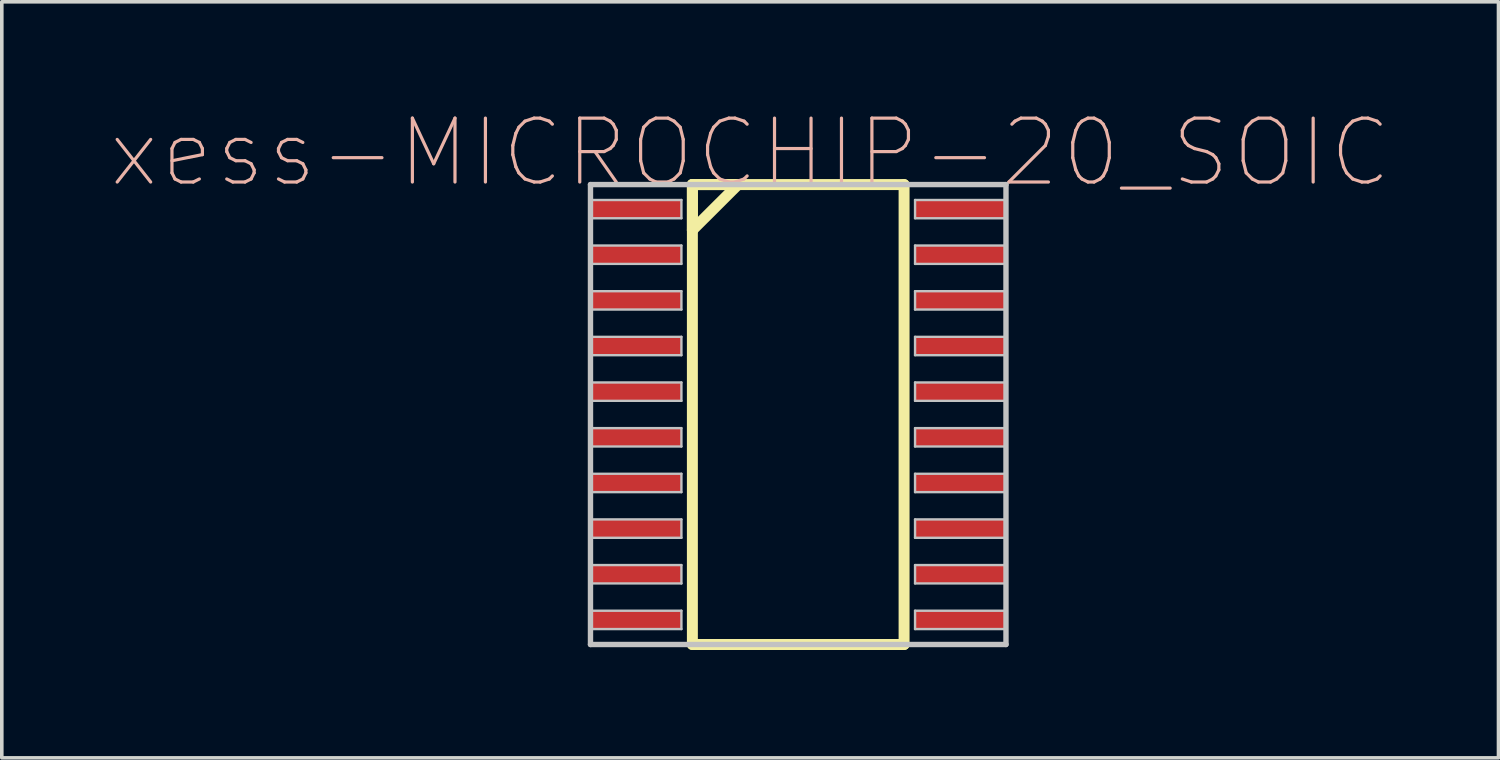
<source format=kicad_pcb>
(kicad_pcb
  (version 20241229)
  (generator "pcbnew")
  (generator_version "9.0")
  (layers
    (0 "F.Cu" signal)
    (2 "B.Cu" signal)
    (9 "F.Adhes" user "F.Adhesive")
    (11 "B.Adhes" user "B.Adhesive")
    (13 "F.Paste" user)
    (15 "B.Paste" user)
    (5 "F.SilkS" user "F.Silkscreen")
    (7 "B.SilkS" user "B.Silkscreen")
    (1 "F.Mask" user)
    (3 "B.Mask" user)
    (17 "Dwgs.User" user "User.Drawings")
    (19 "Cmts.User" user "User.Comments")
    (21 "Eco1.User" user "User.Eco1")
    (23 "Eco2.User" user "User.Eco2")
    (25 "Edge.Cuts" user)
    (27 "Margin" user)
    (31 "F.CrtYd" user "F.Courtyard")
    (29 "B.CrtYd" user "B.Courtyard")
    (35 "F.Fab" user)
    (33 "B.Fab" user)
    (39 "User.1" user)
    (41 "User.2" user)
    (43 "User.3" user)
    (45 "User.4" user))
  (footprint "xess-MICROCHIP-20_SOIC"
    (layer "F.Cu")
    (at 14.643 2.768)
    (property "Reference" "xess-MICROCHIP-20_SOIC" (at 3.178 -1.572 0) (layer "B.SilkS") (effects (font (size 1.778 1.778) (thickness 0.089))))
    (attr smd)
    (fp_line (start 1.57 -0.683) (end 1.57 0.584) (stroke (width 0.305) (type solid)) (layer "F.SilkS"))
    (fp_line (start 1.57 -0.683) (end 1.57 12.113) (stroke (width 0.305) (type solid)) (layer "F.SilkS"))
    (fp_line (start 1.57 0.584) (end 2.84 -0.683) (stroke (width 0.305) (type solid)) (layer "F.SilkS"))
    (fp_line (start 1.57 12.113) (end 7.46 12.113) (stroke (width 0.305) (type solid)) (layer "F.SilkS"))
    (fp_line (start 2.84 -0.683) (end 1.57 -0.683) (stroke (width 0.305) (type solid)) (layer "F.SilkS"))
    (fp_line (start 7.46 -0.683) (end 1.57 -0.683) (stroke (width 0.305) (type solid)) (layer "F.SilkS"))
    (fp_line (start 7.46 12.113) (end 7.46 -0.683) (stroke (width 0.305) (type solid)) (layer "F.SilkS"))
    (fp_line (start -1.265 -0.683) (end -1.265 12.113) (stroke (width 0.15) (type solid)) (layer "Dwgs.User"))
    (fp_line (start -1.265 -0.254) (end 1.265 -0.254) (stroke (width 0.066) (type solid)) (layer "Dwgs.User"))
    (fp_line (start -1.265 0.254) (end -1.265 -0.254) (stroke (width 0.066) (type solid)) (layer "Dwgs.User"))
    (fp_line (start -1.265 0.254) (end 1.265 0.254) (stroke (width 0.066) (type solid)) (layer "Dwgs.User"))
    (fp_line (start -1.265 1.013) (end 1.265 1.013) (stroke (width 0.066) (type solid)) (layer "Dwgs.User"))
    (fp_line (start -1.265 1.524) (end -1.265 1.013) (stroke (width 0.066) (type solid)) (layer "Dwgs.User"))
    (fp_line (start -1.265 1.524) (end 1.265 1.524) (stroke (width 0.066) (type solid)) (layer "Dwgs.User"))
    (fp_line (start -1.265 2.283) (end 1.265 2.283) (stroke (width 0.066) (type solid)) (layer "Dwgs.User"))
    (fp_line (start -1.265 2.794) (end -1.265 2.283) (stroke (width 0.066) (type solid)) (layer "Dwgs.User"))
    (fp_line (start -1.265 2.794) (end 1.265 2.794) (stroke (width 0.066) (type solid)) (layer "Dwgs.User"))
    (fp_line (start -1.265 3.553) (end 1.265 3.553) (stroke (width 0.066) (type solid)) (layer "Dwgs.User"))
    (fp_line (start -1.265 4.064) (end -1.265 3.553) (stroke (width 0.066) (type solid)) (layer "Dwgs.User"))
    (fp_line (start -1.265 4.064) (end 1.265 4.064) (stroke (width 0.066) (type solid)) (layer "Dwgs.User"))
    (fp_line (start -1.265 4.823) (end 1.265 4.823) (stroke (width 0.066) (type solid)) (layer "Dwgs.User"))
    (fp_line (start -1.265 5.334) (end -1.265 4.823) (stroke (width 0.066) (type solid)) (layer "Dwgs.User"))
    (fp_line (start -1.265 5.334) (end 1.265 5.334) (stroke (width 0.066) (type solid)) (layer "Dwgs.User"))
    (fp_line (start -1.265 6.093) (end 1.265 6.093) (stroke (width 0.066) (type solid)) (layer "Dwgs.User"))
    (fp_line (start -1.265 6.604) (end -1.265 6.093) (stroke (width 0.066) (type solid)) (layer "Dwgs.User"))
    (fp_line (start -1.265 6.604) (end 1.265 6.604) (stroke (width 0.066) (type solid)) (layer "Dwgs.User"))
    (fp_line (start -1.265 7.363) (end 1.265 7.363) (stroke (width 0.066) (type solid)) (layer "Dwgs.User"))
    (fp_line (start -1.265 7.874) (end -1.265 7.363) (stroke (width 0.066) (type solid)) (layer "Dwgs.User"))
    (fp_line (start -1.265 7.874) (end 1.265 7.874) (stroke (width 0.066) (type solid)) (layer "Dwgs.User"))
    (fp_line (start -1.265 8.633) (end 1.265 8.633) (stroke (width 0.066) (type solid)) (layer "Dwgs.User"))
    (fp_line (start -1.265 9.144) (end -1.265 8.633) (stroke (width 0.066) (type solid)) (layer "Dwgs.User"))
    (fp_line (start -1.265 9.144) (end 1.265 9.144) (stroke (width 0.066) (type solid)) (layer "Dwgs.User"))
    (fp_line (start -1.265 9.903) (end 1.265 9.903) (stroke (width 0.066) (type solid)) (layer "Dwgs.User"))
    (fp_line (start -1.265 10.414) (end -1.265 9.903) (stroke (width 0.066) (type solid)) (layer "Dwgs.User"))
    (fp_line (start -1.265 10.414) (end 1.265 10.414) (stroke (width 0.066) (type solid)) (layer "Dwgs.User"))
    (fp_line (start -1.265 11.173) (end 1.265 11.173) (stroke (width 0.066) (type solid)) (layer "Dwgs.User"))
    (fp_line (start -1.265 11.684) (end -1.265 11.173) (stroke (width 0.066) (type solid)) (layer "Dwgs.User"))
    (fp_line (start -1.265 11.684) (end 1.265 11.684) (stroke (width 0.066) (type solid)) (layer "Dwgs.User"))
    (fp_line (start -1.265 12.113) (end 10.295 12.113) (stroke (width 0.15) (type solid)) (layer "Dwgs.User"))
    (fp_line (start 1.265 0.254) (end 1.265 -0.254) (stroke (width 0.066) (type solid)) (layer "Dwgs.User"))
    (fp_line (start 1.265 1.524) (end 1.265 1.013) (stroke (width 0.066) (type solid)) (layer "Dwgs.User"))
    (fp_line (start 1.265 2.794) (end 1.265 2.283) (stroke (width 0.066) (type solid)) (layer "Dwgs.User"))
    (fp_line (start 1.265 4.064) (end 1.265 3.553) (stroke (width 0.066) (type solid)) (layer "Dwgs.User"))
    (fp_line (start 1.265 5.334) (end 1.265 4.823) (stroke (width 0.066) (type solid)) (layer "Dwgs.User"))
    (fp_line (start 1.265 6.604) (end 1.265 6.093) (stroke (width 0.066) (type solid)) (layer "Dwgs.User"))
    (fp_line (start 1.265 7.874) (end 1.265 7.363) (stroke (width 0.066) (type solid)) (layer "Dwgs.User"))
    (fp_line (start 1.265 9.144) (end 1.265 8.633) (stroke (width 0.066) (type solid)) (layer "Dwgs.User"))
    (fp_line (start 1.265 10.414) (end 1.265 9.903) (stroke (width 0.066) (type solid)) (layer "Dwgs.User"))
    (fp_line (start 1.265 11.684) (end 1.265 11.173) (stroke (width 0.066) (type solid)) (layer "Dwgs.User"))
    (fp_line (start 7.765 -0.254) (end 10.295 -0.254) (stroke (width 0.066) (type solid)) (layer "Dwgs.User"))
    (fp_line (start 7.765 0.254) (end 7.765 -0.254) (stroke (width 0.066) (type solid)) (layer "Dwgs.User"))
    (fp_line (start 7.765 0.254) (end 10.295 0.254) (stroke (width 0.066) (type solid)) (layer "Dwgs.User"))
    (fp_line (start 7.765 1.013) (end 10.295 1.013) (stroke (width 0.066) (type solid)) (layer "Dwgs.User"))
    (fp_line (start 7.765 1.524) (end 7.765 1.013) (stroke (width 0.066) (type solid)) (layer "Dwgs.User"))
    (fp_line (start 7.765 1.524) (end 10.295 1.524) (stroke (width 0.066) (type solid)) (layer "Dwgs.User"))
    (fp_line (start 7.765 2.283) (end 10.295 2.283) (stroke (width 0.066) (type solid)) (layer "Dwgs.User"))
    (fp_line (start 7.765 2.794) (end 7.765 2.283) (stroke (width 0.066) (type solid)) (layer "Dwgs.User"))
    (fp_line (start 7.765 2.794) (end 10.295 2.794) (stroke (width 0.066) (type solid)) (layer "Dwgs.User"))
    (fp_line (start 7.765 3.553) (end 10.295 3.553) (stroke (width 0.066) (type solid)) (layer "Dwgs.User"))
    (fp_line (start 7.765 4.064) (end 7.765 3.553) (stroke (width 0.066) (type solid)) (layer "Dwgs.User"))
    (fp_line (start 7.765 4.064) (end 10.295 4.064) (stroke (width 0.066) (type solid)) (layer "Dwgs.User"))
    (fp_line (start 7.765 4.823) (end 10.295 4.823) (stroke (width 0.066) (type solid)) (layer "Dwgs.User"))
    (fp_line (start 7.765 5.334) (end 7.765 4.823) (stroke (width 0.066) (type solid)) (layer "Dwgs.User"))
    (fp_line (start 7.765 5.334) (end 10.295 5.334) (stroke (width 0.066) (type solid)) (layer "Dwgs.User"))
    (fp_line (start 7.765 6.093) (end 10.295 6.093) (stroke (width 0.066) (type solid)) (layer "Dwgs.User"))
    (fp_line (start 7.765 6.604) (end 7.765 6.093) (stroke (width 0.066) (type solid)) (layer "Dwgs.User"))
    (fp_line (start 7.765 6.604) (end 10.295 6.604) (stroke (width 0.066) (type solid)) (layer "Dwgs.User"))
    (fp_line (start 7.765 7.363) (end 10.295 7.363) (stroke (width 0.066) (type solid)) (layer "Dwgs.User"))
    (fp_line (start 7.765 7.874) (end 7.765 7.363) (stroke (width 0.066) (type solid)) (layer "Dwgs.User"))
    (fp_line (start 7.765 7.874) (end 10.295 7.874) (stroke (width 0.066) (type solid)) (layer "Dwgs.User"))
    (fp_line (start 7.765 8.633) (end 10.295 8.633) (stroke (width 0.066) (type solid)) (layer "Dwgs.User"))
    (fp_line (start 7.765 9.144) (end 7.765 8.633) (stroke (width 0.066) (type solid)) (layer "Dwgs.User"))
    (fp_line (start 7.765 9.144) (end 10.295 9.144) (stroke (width 0.066) (type solid)) (layer "Dwgs.User"))
    (fp_line (start 7.765 9.903) (end 10.295 9.903) (stroke (width 0.066) (type solid)) (layer "Dwgs.User"))
    (fp_line (start 7.765 10.414) (end 7.765 9.903) (stroke (width 0.066) (type solid)) (layer "Dwgs.User"))
    (fp_line (start 7.765 10.414) (end 10.295 10.414) (stroke (width 0.066) (type solid)) (layer "Dwgs.User"))
    (fp_line (start 7.765 11.173) (end 10.295 11.173) (stroke (width 0.066) (type solid)) (layer "Dwgs.User"))
    (fp_line (start 7.765 11.684) (end 7.765 11.173) (stroke (width 0.066) (type solid)) (layer "Dwgs.User"))
    (fp_line (start 7.765 11.684) (end 10.295 11.684) (stroke (width 0.066) (type solid)) (layer "Dwgs.User"))
    (fp_line (start 10.295 -0.683) (end -1.265 -0.683) (stroke (width 0.15) (type solid)) (layer "Dwgs.User"))
    (fp_line (start 10.295 0.254) (end 10.295 -0.254) (stroke (width 0.066) (type solid)) (layer "Dwgs.User"))
    (fp_line (start 10.295 1.524) (end 10.295 1.013) (stroke (width 0.066) (type solid)) (layer "Dwgs.User"))
    (fp_line (start 10.295 2.794) (end 10.295 2.283) (stroke (width 0.066) (type solid)) (layer "Dwgs.User"))
    (fp_line (start 10.295 4.064) (end 10.295 3.553) (stroke (width 0.066) (type solid)) (layer "Dwgs.User"))
    (fp_line (start 10.295 5.334) (end 10.295 4.823) (stroke (width 0.066) (type solid)) (layer "Dwgs.User"))
    (fp_line (start 10.295 6.604) (end 10.295 6.093) (stroke (width 0.066) (type solid)) (layer "Dwgs.User"))
    (fp_line (start 10.295 7.874) (end 10.295 7.363) (stroke (width 0.066) (type solid)) (layer "Dwgs.User"))
    (fp_line (start 10.295 9.144) (end 10.295 8.633) (stroke (width 0.066) (type solid)) (layer "Dwgs.User"))
    (fp_line (start 10.295 10.414) (end 10.295 9.903) (stroke (width 0.066) (type solid)) (layer "Dwgs.User"))
    (fp_line (start 10.295 11.684) (end 10.295 11.173) (stroke (width 0.066) (type solid)) (layer "Dwgs.User"))
    (fp_line (start 10.295 12.113) (end 10.295 -0.683) (stroke (width 0.15) (type solid)) (layer "Dwgs.User"))
    (pad "1" smd rect (at 0 0) (size 2.53 0.508) (layers "F.Cu" "F.Mask" "F.Paste"))
    (pad "2" smd rect (at 0 1.27) (size 2.53 0.508) (layers "F.Cu" "F.Mask" "F.Paste"))
    (pad "3" smd rect (at 0 2.54) (size 2.53 0.508) (layers "F.Cu" "F.Mask" "F.Paste"))
    (pad "4" smd rect (at 0 3.81) (size 2.53 0.508) (layers "F.Cu" "F.Mask" "F.Paste"))
    (pad "5" smd rect (at 0 5.08) (size 2.53 0.508) (layers "F.Cu" "F.Mask" "F.Paste"))
    (pad "6" smd rect (at 0 6.35) (size 2.53 0.508) (layers "F.Cu" "F.Mask" "F.Paste"))
    (pad "7" smd rect (at 0 7.62) (size 2.53 0.508) (layers "F.Cu" "F.Mask" "F.Paste"))
    (pad "8" smd rect (at 0 8.89) (size 2.53 0.508) (layers "F.Cu" "F.Mask" "F.Paste"))
    (pad "9" smd rect (at 0 10.16) (size 2.53 0.508) (layers "F.Cu" "F.Mask" "F.Paste"))
    (pad "10" smd rect (at 0 11.43) (size 2.53 0.508) (layers "F.Cu" "F.Mask" "F.Paste"))
    (pad "11" smd rect (at 9.03 11.43) (size 2.53 0.508) (layers "F.Cu" "F.Mask" "F.Paste"))
    (pad "12" smd rect (at 9.03 10.16) (size 2.53 0.508) (layers "F.Cu" "F.Mask" "F.Paste"))
    (pad "13" smd rect (at 9.03 8.89) (size 2.53 0.508) (layers "F.Cu" "F.Mask" "F.Paste"))
    (pad "14" smd rect (at 9.03 7.62) (size 2.53 0.508) (layers "F.Cu" "F.Mask" "F.Paste"))
    (pad "15" smd rect (at 9.03 6.35) (size 2.53 0.508) (layers "F.Cu" "F.Mask" "F.Paste"))
    (pad "16" smd rect (at 9.03 5.08) (size 2.53 0.508) (layers "F.Cu" "F.Mask" "F.Paste"))
    (pad "17" smd rect (at 9.03 3.81) (size 2.53 0.508) (layers "F.Cu" "F.Mask" "F.Paste"))
    (pad "18" smd rect (at 9.03 2.54) (size 2.53 0.508) (layers "F.Cu" "F.Mask" "F.Paste"))
    (pad "19" smd rect (at 9.03 1.27) (size 2.53 0.508) (layers "F.Cu" "F.Mask" "F.Paste"))
    (pad "20" smd rect (at 9.03 0) (size 2.53 0.508) (layers "F.Cu" "F.Mask" "F.Paste")))
  (gr_rect
    (start -3 -3)
    (end 38.64 18.034)
    (stroke (width 0.1) (type default))
    (fill no)
    (layer "Edge.Cuts")))
</source>
